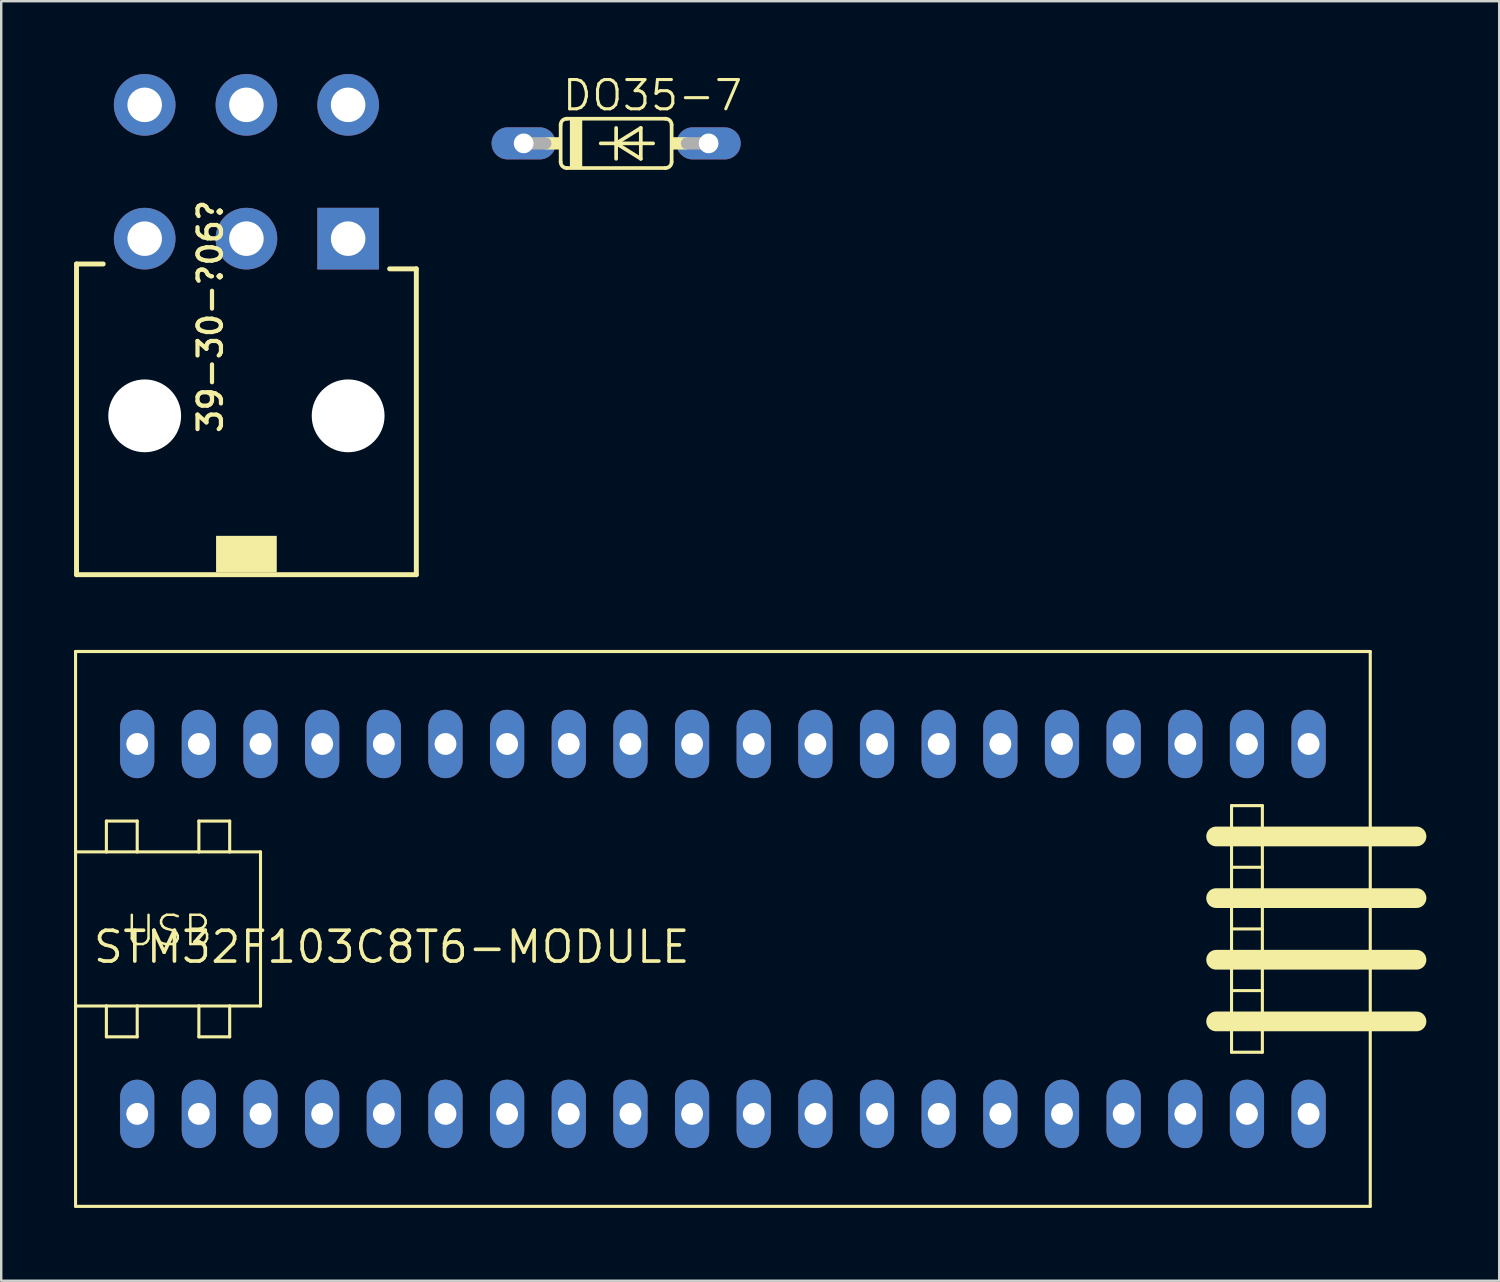
<source format=kicad_pcb>
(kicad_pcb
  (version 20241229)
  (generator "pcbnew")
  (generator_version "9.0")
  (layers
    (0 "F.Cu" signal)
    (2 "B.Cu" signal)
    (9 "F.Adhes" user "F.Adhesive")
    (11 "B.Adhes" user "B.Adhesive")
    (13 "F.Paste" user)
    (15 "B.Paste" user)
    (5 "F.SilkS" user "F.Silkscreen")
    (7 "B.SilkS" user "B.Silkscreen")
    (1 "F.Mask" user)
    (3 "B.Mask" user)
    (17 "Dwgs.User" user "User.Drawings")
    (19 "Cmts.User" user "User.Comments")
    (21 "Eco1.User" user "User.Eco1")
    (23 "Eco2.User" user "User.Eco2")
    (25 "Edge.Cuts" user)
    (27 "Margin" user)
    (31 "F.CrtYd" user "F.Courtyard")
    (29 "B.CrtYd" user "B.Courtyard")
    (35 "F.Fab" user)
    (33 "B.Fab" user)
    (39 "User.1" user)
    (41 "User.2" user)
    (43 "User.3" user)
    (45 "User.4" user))
  (footprint "39-30-?06?"
    (layer "F.Cu")
    (at 7.102 6.782)
    (property "Reference" "39-30-?06?" (at -0.923 8.098 90) (layer "F.SilkS") (effects (font (size 0.965 0.965) (thickness 0.174)) (justify left bottom)))
    (attr through_hole)
    (fp_line (start -7 1.044) (end -7 13.844) (stroke (width 0.203) (type solid)) (layer "F.SilkS"))
    (fp_line (start -7 13.844) (end 7 13.844) (stroke (width 0.203) (type solid)) (layer "F.SilkS"))
    (fp_line (start -5.9 1.044) (end -7 1.044) (stroke (width 0.203) (type solid)) (layer "F.SilkS"))
    (fp_line (start 7 1.244) (end 5.9 1.244) (stroke (width 0.203) (type solid)) (layer "F.SilkS"))
    (fp_line (start 7 13.844) (end 7 1.244) (stroke (width 0.203) (type solid)) (layer "F.SilkS"))
    (fp_poly (pts (xy -1.25 13.744) (xy 1.25 13.744) (xy 1.25 12.244) (xy -1.25 12.244)) (stroke (width 0) (type solid)) (fill yes) (layer "F.SilkS"))
    (pad "" np_thru_hole circle (at -4.191 7.3) (size 3 3) (drill 3) (layers "*.Cu" "*.Mask"))
    (pad "" np_thru_hole circle (at 4.191 7.3) (size 3 3) (drill 3) (layers "*.Cu" "*.Mask"))
    (pad "1" thru_hole rect (at 4.191 0 90) (size 2.54 2.54) (drill 1.422) (layers "*.Cu" "*.Mask"))
    (pad "2" thru_hole circle (at 0 0 90) (size 2.54 2.54) (drill 1.422) (layers "*.Cu" "*.Mask"))
    (pad "3" thru_hole circle (at -4.191 0 90) (size 2.54 2.54) (drill 1.422) (layers "*.Cu" "*.Mask"))
    (pad "4" thru_hole circle (at 4.191 -5.512 90) (size 2.54 2.54) (drill 1.422) (layers "*.Cu" "*.Mask"))
    (pad "5" thru_hole circle (at 0 -5.512 90) (size 2.54 2.54) (drill 1.422) (layers "*.Cu" "*.Mask"))
    (pad "6" thru_hole circle (at -4.191 -5.512 90) (size 2.54 2.54) (drill 1.422) (layers "*.Cu" "*.Mask")))
  (footprint "DO35-7"
    (layer "F.Cu")
    (at 22.334 2.857)
    (property "Reference" "DO35-7" (at -2.286 -1.27 0) (layer "F.SilkS") (effects (font (size 1.206 1.206) (thickness 0.127)) (justify left bottom)))
    (attr through_hole)
    (fp_line (start -2.286 -0.762) (end -2.286 0.762) (stroke (width 0.152) (type solid)) (layer "F.SilkS"))
    (fp_line (start -2.032 -1.016) (end 2.032 -1.016) (stroke (width 0.152) (type solid)) (layer "F.SilkS"))
    (fp_line (start -2.032 1.016) (end 2.032 1.016) (stroke (width 0.152) (type solid)) (layer "F.SilkS"))
    (fp_line (start -0.635 0) (end 0 0) (stroke (width 0.152) (type solid)) (layer "F.SilkS"))
    (fp_line (start 0 -0.635) (end 0 0) (stroke (width 0.152) (type solid)) (layer "F.SilkS"))
    (fp_line (start 0 0) (end 0 0.635) (stroke (width 0.152) (type solid)) (layer "F.SilkS"))
    (fp_line (start 0 0) (end 1.016 -0.635) (stroke (width 0.152) (type solid)) (layer "F.SilkS"))
    (fp_line (start 0 0) (end 1.524 0) (stroke (width 0.152) (type solid)) (layer "F.SilkS"))
    (fp_line (start 1.016 -0.635) (end 1.016 0.635) (stroke (width 0.152) (type solid)) (layer "F.SilkS"))
    (fp_line (start 1.016 0.635) (end 0 0) (stroke (width 0.152) (type solid)) (layer "F.SilkS"))
    (fp_line (start 2.286 -0.762) (end 2.286 0.762) (stroke (width 0.152) (type solid)) (layer "F.SilkS"))
    (fp_arc (start -2.286 -0.762) (mid -2.211605 -0.941605) (end -2.032 -1.016) (stroke (width 0.1524) (type solid)) (layer "F.SilkS"))
    (fp_arc (start -2.032 1.016) (mid -2.211605 0.941605) (end -2.286 0.762) (stroke (width 0.1524) (type solid)) (layer "F.SilkS"))
    (fp_arc (start 2.032 -1.016) (mid 2.211605 -0.941605) (end 2.286 -0.762) (stroke (width 0.1524) (type solid)) (layer "F.SilkS"))
    (fp_arc (start 2.286 0.762) (mid 2.211605 0.941605) (end 2.032 1.016) (stroke (width 0.1524) (type solid)) (layer "F.SilkS"))
    (fp_poly (pts (xy -2.921 0.254) (xy -2.286 0.254) (xy -2.286 -0.254) (xy -2.921 -0.254)) (stroke (width 0) (type solid)) (fill yes) (layer "F.SilkS"))
    (fp_poly (pts (xy -1.905 1.016) (xy -1.397 1.016) (xy -1.397 -1.016) (xy -1.905 -1.016)) (stroke (width 0) (type solid)) (fill yes) (layer "F.SilkS"))
    (fp_poly (pts (xy 2.286 0.254) (xy 2.921 0.254) (xy 2.921 -0.254) (xy 2.286 -0.254)) (stroke (width 0) (type solid)) (fill yes) (layer "F.SilkS"))
    (fp_line (start -3.81 0) (end -2.921 0) (stroke (width 0.508) (type solid)) (layer "F.Fab"))
    (fp_line (start 3.81 0) (end 2.921 0) (stroke (width 0.508) (type solid)) (layer "F.Fab"))
    (pad "A" thru_hole oval (at 3.81 0) (size 2.642 1.321) (drill 0.813) (layers "*.Cu" "*.Mask"))
    (pad "C" thru_hole oval (at -3.81 0) (size 2.642 1.321) (drill 0.813) (layers "*.Cu" "*.Mask")))
  (footprint "STM32F103C8T6-MODULE"
    (layer "F.Cu")
    (at 25.463 35.221)
    (property "Reference" "STM32F103C8T6-MODULE" (at 0 0 0) (layer "F.SilkS") (effects (font (size 1.27 1.27) (thickness 0.15)) (justify right top)))
    (attr through_hole)
    (fp_line (start -25.4 -11.43) (end 27.94 -11.43) (stroke (width 0.127) (type solid)) (layer "F.SilkS"))
    (fp_line (start -25.4 -3.175) (end -25.4 -11.43) (stroke (width 0.127) (type solid)) (layer "F.SilkS"))
    (fp_line (start -25.4 -3.175) (end -24.13 -3.175) (stroke (width 0.127) (type solid)) (layer "F.SilkS"))
    (fp_line (start -25.4 3.175) (end -25.4 -3.175) (stroke (width 0.127) (type solid)) (layer "F.SilkS"))
    (fp_line (start -25.4 11.43) (end -25.4 3.175) (stroke (width 0.127) (type solid)) (layer "F.SilkS"))
    (fp_line (start -24.13 -4.445) (end -22.86 -4.445) (stroke (width 0.127) (type solid)) (layer "F.SilkS"))
    (fp_line (start -24.13 -3.175) (end -24.13 -4.445) (stroke (width 0.127) (type solid)) (layer "F.SilkS"))
    (fp_line (start -24.13 -3.175) (end -22.86 -3.175) (stroke (width 0.127) (type solid)) (layer "F.SilkS"))
    (fp_line (start -24.13 3.175) (end -25.4 3.175) (stroke (width 0.127) (type solid)) (layer "F.SilkS"))
    (fp_line (start -24.13 3.175) (end -24.13 4.445) (stroke (width 0.127) (type solid)) (layer "F.SilkS"))
    (fp_line (start -24.13 4.445) (end -22.86 4.445) (stroke (width 0.127) (type solid)) (layer "F.SilkS"))
    (fp_line (start -22.86 -4.445) (end -22.86 -3.175) (stroke (width 0.127) (type solid)) (layer "F.SilkS"))
    (fp_line (start -22.86 -3.175) (end -20.32 -3.175) (stroke (width 0.127) (type solid)) (layer "F.SilkS"))
    (fp_line (start -22.86 3.175) (end -24.13 3.175) (stroke (width 0.127) (type solid)) (layer "F.SilkS"))
    (fp_line (start -22.86 4.445) (end -22.86 3.175) (stroke (width 0.127) (type solid)) (layer "F.SilkS"))
    (fp_line (start -20.32 -4.445) (end -19.05 -4.445) (stroke (width 0.127) (type solid)) (layer "F.SilkS"))
    (fp_line (start -20.32 -3.175) (end -20.32 -4.445) (stroke (width 0.127) (type solid)) (layer "F.SilkS"))
    (fp_line (start -20.32 -3.175) (end -19.05 -3.175) (stroke (width 0.127) (type solid)) (layer "F.SilkS"))
    (fp_line (start -20.32 3.175) (end -22.86 3.175) (stroke (width 0.127) (type solid)) (layer "F.SilkS"))
    (fp_line (start -20.32 3.175) (end -20.32 4.445) (stroke (width 0.127) (type solid)) (layer "F.SilkS"))
    (fp_line (start -20.32 4.445) (end -19.05 4.445) (stroke (width 0.127) (type solid)) (layer "F.SilkS"))
    (fp_line (start -19.05 -4.445) (end -19.05 -3.175) (stroke (width 0.127) (type solid)) (layer "F.SilkS"))
    (fp_line (start -19.05 -3.175) (end -17.78 -3.175) (stroke (width 0.127) (type solid)) (layer "F.SilkS"))
    (fp_line (start -19.05 3.175) (end -20.32 3.175) (stroke (width 0.127) (type solid)) (layer "F.SilkS"))
    (fp_line (start -19.05 4.445) (end -19.05 3.175) (stroke (width 0.127) (type solid)) (layer "F.SilkS"))
    (fp_line (start -17.78 -3.175) (end -17.78 3.175) (stroke (width 0.127) (type solid)) (layer "F.SilkS"))
    (fp_line (start -17.78 3.175) (end -19.05 3.175) (stroke (width 0.127) (type solid)) (layer "F.SilkS"))
    (fp_line (start 22.225 -5.08) (end 23.495 -5.08) (stroke (width 0.127) (type solid)) (layer "F.SilkS"))
    (fp_line (start 22.225 -2.54) (end 22.225 -5.08) (stroke (width 0.127) (type solid)) (layer "F.SilkS"))
    (fp_line (start 22.225 -2.54) (end 23.495 -2.54) (stroke (width 0.127) (type solid)) (layer "F.SilkS"))
    (fp_line (start 22.225 0) (end 22.225 -2.54) (stroke (width 0.127) (type solid)) (layer "F.SilkS"))
    (fp_line (start 22.225 0) (end 23.495 0) (stroke (width 0.127) (type solid)) (layer "F.SilkS"))
    (fp_line (start 22.225 2.54) (end 22.225 0) (stroke (width 0.127) (type solid)) (layer "F.SilkS"))
    (fp_line (start 22.225 2.54) (end 23.495 2.54) (stroke (width 0.127) (type solid)) (layer "F.SilkS"))
    (fp_line (start 22.225 5.08) (end 22.225 2.54) (stroke (width 0.127) (type solid)) (layer "F.SilkS"))
    (fp_line (start 23.495 -5.08) (end 23.495 -2.54) (stroke (width 0.127) (type solid)) (layer "F.SilkS"))
    (fp_line (start 23.495 -2.54) (end 23.495 0) (stroke (width 0.127) (type solid)) (layer "F.SilkS"))
    (fp_line (start 23.495 0) (end 23.495 2.54) (stroke (width 0.127) (type solid)) (layer "F.SilkS"))
    (fp_line (start 23.495 2.54) (end 23.495 5.08) (stroke (width 0.127) (type solid)) (layer "F.SilkS"))
    (fp_line (start 23.495 5.08) (end 22.225 5.08) (stroke (width 0.127) (type solid)) (layer "F.SilkS"))
    (fp_line (start 27.94 -11.43) (end 27.94 11.43) (stroke (width 0.127) (type solid)) (layer "F.SilkS"))
    (fp_line (start 27.94 11.43) (end -25.4 11.43) (stroke (width 0.127) (type solid)) (layer "F.SilkS"))
    (fp_line (start 29.845 -3.81) (end 21.59 -3.81) (stroke (width 0.813) (type solid)) (layer "F.SilkS"))
    (fp_line (start 29.845 -1.27) (end 21.59 -1.27) (stroke (width 0.813) (type solid)) (layer "F.SilkS"))
    (fp_line (start 29.845 1.27) (end 21.59 1.27) (stroke (width 0.813) (type solid)) (layer "F.SilkS"))
    (fp_line (start 29.845 3.81) (end 21.59 3.81) (stroke (width 0.813) (type solid)) (layer "F.SilkS"))
    (fp_text user "USB" (at -19.685 -0.635 0) (layer "F.SilkS") (effects (font (size 1.206 1.206) (thickness 0.102)) (justify right top)))
    (pad "3.3V_1" thru_hole oval (at 25.4 7.62 90) (size 2.816 1.408) (drill 0.9) (layers "*.Cu" "*.Mask"))
    (pad "3.3V_2" thru_hole oval (at -17.78 -7.62 90) (size 2.816 1.408) (drill 0.9) (layers "*.Cu" "*.Mask"))
    (pad "5V" thru_hole oval (at 20.32 7.62 90) (size 2.816 1.408) (drill 0.9) (layers "*.Cu" "*.Mask"))
    (pad "GND_1" thru_hole oval (at 22.86 7.62 90) (size 2.816 1.408) (drill 0.9) (layers "*.Cu" "*.Mask"))
    (pad "GND_2" thru_hole oval (at -20.32 -7.62 90) (size 2.816 1.408) (drill 0.9) (layers "*.Cu" "*.Mask"))
    (pad "GND_3" thru_hole oval (at -22.86 -7.62 90) (size 2.816 1.408) (drill 0.9) (layers "*.Cu" "*.Mask"))
    (pad "PA_0" thru_hole oval (at 15.24 -7.62 90) (size 2.816 1.408) (drill 0.9) (layers "*.Cu" "*.Mask"))
    (pad "PA_1" thru_hole oval (at 12.7 -7.62 90) (size 2.816 1.408) (drill 0.9) (layers "*.Cu" "*.Mask"))
    (pad "PA_2" thru_hole oval (at 10.16 -7.62 90) (size 2.816 1.408) (drill 0.9) (layers "*.Cu" "*.Mask"))
    (pad "PA_3" thru_hole oval (at 7.62 -7.62 90) (size 2.816 1.408) (drill 0.9) (layers "*.Cu" "*.Mask"))
    (pad "PA_4" thru_hole oval (at 5.08 -7.62 90) (size 2.816 1.408) (drill 0.9) (layers "*.Cu" "*.Mask"))
    (pad "PA_5" thru_hole oval (at 2.54 -7.62 90) (size 2.816 1.408) (drill 0.9) (layers "*.Cu" "*.Mask"))
    (pad "PA_6" thru_hole oval (at 0 -7.62 90) (size 2.816 1.408) (drill 0.9) (layers "*.Cu" "*.Mask"))
    (pad "PA_7" thru_hole oval (at -2.54 -7.62 90) (size 2.816 1.408) (drill 0.9) (layers "*.Cu" "*.Mask"))
    (pad "PA_8" thru_hole oval (at -12.7 7.62 90) (size 2.816 1.408) (drill 0.9) (layers "*.Cu" "*.Mask"))
    (pad "PA_9" thru_hole oval (at -10.16 7.62 90) (size 2.816 1.408) (drill 0.9) (layers "*.Cu" "*.Mask"))
    (pad "PA_10" thru_hole oval (at -7.62 7.62 90) (size 2.816 1.408) (drill 0.9) (layers "*.Cu" "*.Mask"))
    (pad "PA_11" thru_hole oval (at -5.08 7.62 90) (size 2.816 1.408) (drill 0.9) (layers "*.Cu" "*.Mask"))
    (pad "PA_12" thru_hole oval (at -2.54 7.62 90) (size 2.816 1.408) (drill 0.9) (layers "*.Cu" "*.Mask"))
    (pad "PA_15" thru_hole oval (at 0 7.62 90) (size 2.816 1.408) (drill 0.9) (layers "*.Cu" "*.Mask"))
    (pad "PB_0" thru_hole oval (at -5.08 -7.62 90) (size 2.816 1.408) (drill 0.9) (layers "*.Cu" "*.Mask"))
    (pad "PB_1" thru_hole oval (at -7.62 -7.62 90) (size 2.816 1.408) (drill 0.9) (layers "*.Cu" "*.Mask"))
    (pad "PB_3" thru_hole oval (at 2.54 7.62 90) (size 2.816 1.408) (drill 0.9) (layers "*.Cu" "*.Mask"))
    (pad "PB_4" thru_hole oval (at 5.08 7.62 90) (size 2.816 1.408) (drill 0.9) (layers "*.Cu" "*.Mask"))
    (pad "PB_5" thru_hole oval (at 7.62 7.62 90) (size 2.816 1.408) (drill 0.9) (layers "*.Cu" "*.Mask"))
    (pad "PB_6" thru_hole oval (at 10.16 7.62 90) (size 2.816 1.408) (drill 0.9) (layers "*.Cu" "*.Mask"))
    (pad "PB_7" thru_hole oval (at 12.7 7.62 90) (size 2.816 1.408) (drill 0.9) (layers "*.Cu" "*.Mask"))
    (pad "PB_8" thru_hole oval (at 15.24 7.62 90) (size 2.816 1.408) (drill 0.9) (layers "*.Cu" "*.Mask"))
    (pad "PB_9" thru_hole oval (at 17.78 7.62 90) (size 2.816 1.408) (drill 0.9) (layers "*.Cu" "*.Mask"))
    (pad "PB_10" thru_hole oval (at -10.16 -7.62 90) (size 2.816 1.408) (drill 0.9) (layers "*.Cu" "*.Mask"))
    (pad "PB_11" thru_hole oval (at -12.7 -7.62 90) (size 2.816 1.408) (drill 0.9) (layers "*.Cu" "*.Mask"))
    (pad "PB_12" thru_hole oval (at -22.86 7.62 90) (size 2.816 1.408) (drill 0.9) (layers "*.Cu" "*.Mask"))
    (pad "PB_13" thru_hole oval (at -20.32 7.62 90) (size 2.816 1.408) (drill 0.9) (layers "*.Cu" "*.Mask"))
    (pad "PB_14" thru_hole oval (at -17.78 7.62 90) (size 2.816 1.408) (drill 0.9) (layers "*.Cu" "*.Mask"))
    (pad "PB_15" thru_hole oval (at -15.24 7.62 90) (size 2.816 1.408) (drill 0.9) (layers "*.Cu" "*.Mask"))
    (pad "PC_13" thru_hole oval (at 22.86 -7.62 90) (size 2.816 1.408) (drill 0.9) (layers "*.Cu" "*.Mask"))
    (pad "PC_14" thru_hole oval (at 20.32 -7.62 90) (size 2.816 1.408) (drill 0.9) (layers "*.Cu" "*.Mask"))
    (pad "PC_15" thru_hole oval (at 17.78 -7.62 90) (size 2.816 1.408) (drill 0.9) (layers "*.Cu" "*.Mask"))
    (pad "RESET" thru_hole oval (at -15.24 -7.62 90) (size 2.816 1.408) (drill 0.9) (layers "*.Cu" "*.Mask"))
    (pad "VB" thru_hole oval (at 25.4 -7.62 90) (size 2.816 1.408) (drill 0.9) (layers "*.Cu" "*.Mask")))
  (gr_rect
    (start -3 -3)
    (end 58.715 49.715)
    (stroke (width 0.1) (type default))
    (fill no)
    (layer "Edge.Cuts")))
</source>
